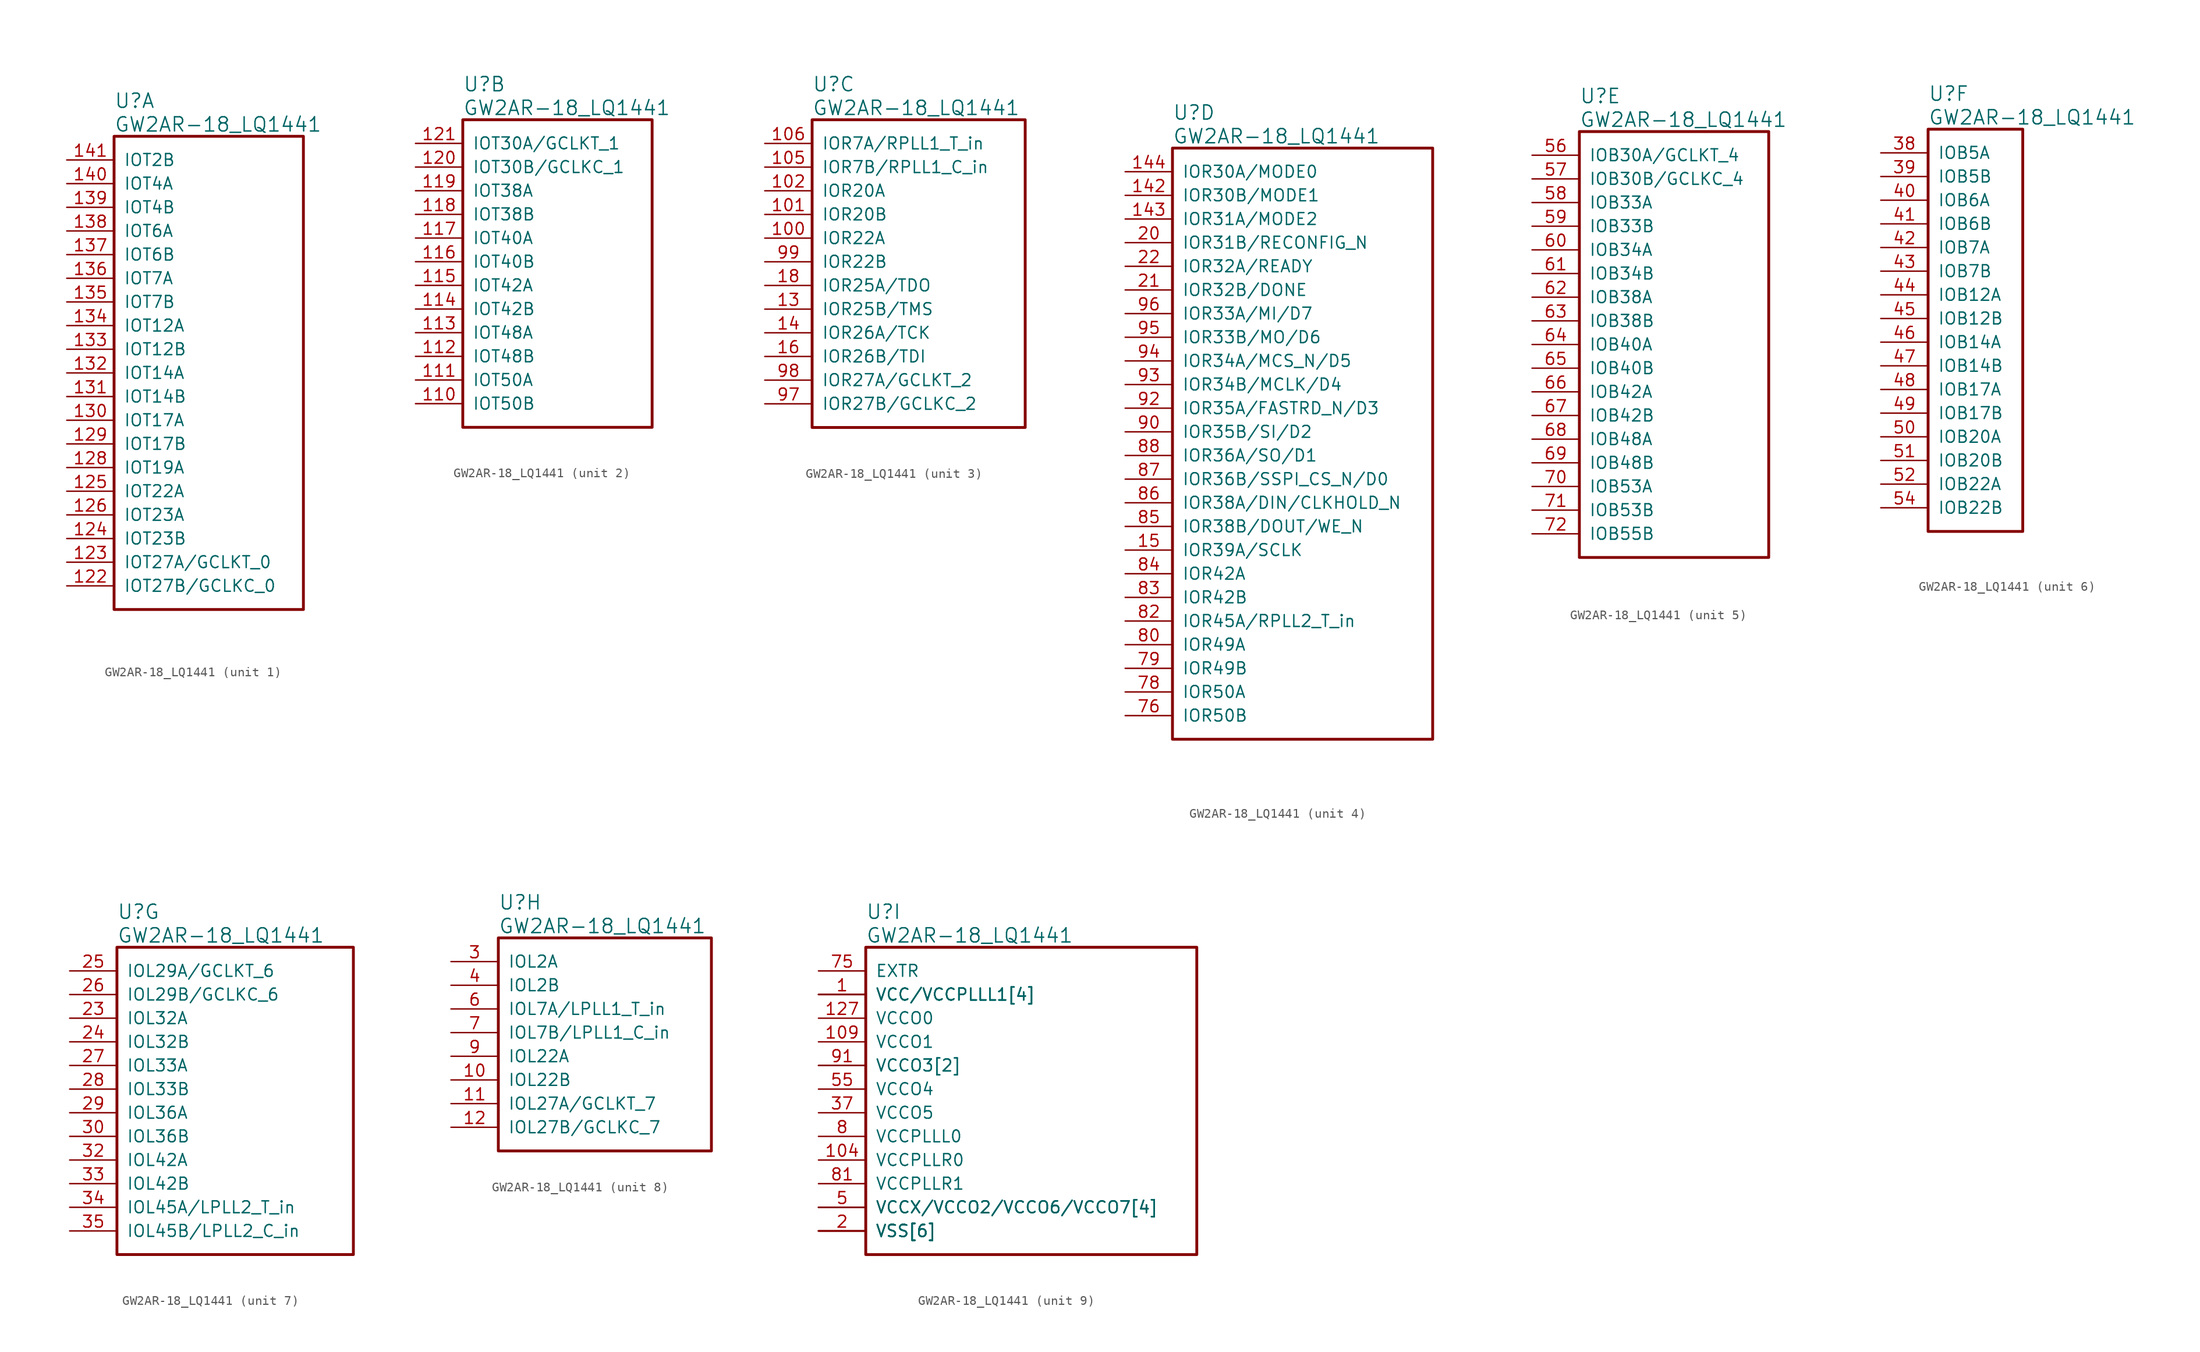
<source format=kicad_sym>
(kicad_symbol_lib
  (version 20241209)
  (generator "kicad_symbol_editor")
  (generator_version "9.0")
  (symbol "GW2AR-18_LQ1441"
    (pin_names
      (offset 1.016))
    (property "Reference" "U"
      (at 5.08 6.35 0)
      (effects (font (size 1.524 1.524)) (justify left)))
    (property "Value" "GW2AR-18_LQ1441"
      (at 5.08 3.81 0)
      (effects (font (size 1.524 1.524)) (justify left)))
    (property "ki_locked" ""
      (at 0 0 0)
      (effects (font (size 1.27 1.27))))
    (symbol "GW2AR-18_LQ1441_1_1"
      (rectangle (start 5.08 2.54) (end 25.4 -48.26) (stroke (width 0.305) (type solid)) (fill (type none)))
      (pin bidirectional line (at 0 0 0) (length 5.08) (name "IOT2B" (effects (font (size 1.27 1.27)))) (number "141" (effects (font (size 1.27 1.27)))))
      (pin bidirectional line (at 0 -2.54 0) (length 5.08) (name "IOT4A" (effects (font (size 1.27 1.27)))) (number "140" (effects (font (size 1.27 1.27)))))
      (pin bidirectional line (at 0 -5.08 0) (length 5.08) (name "IOT4B" (effects (font (size 1.27 1.27)))) (number "139" (effects (font (size 1.27 1.27)))))
      (pin bidirectional line (at 0 -7.62 0) (length 5.08) (name "IOT6A" (effects (font (size 1.27 1.27)))) (number "138" (effects (font (size 1.27 1.27)))))
      (pin bidirectional line (at 0 -10.16 0) (length 5.08) (name "IOT6B" (effects (font (size 1.27 1.27)))) (number "137" (effects (font (size 1.27 1.27)))))
      (pin bidirectional line (at 0 -12.7 0) (length 5.08) (name "IOT7A" (effects (font (size 1.27 1.27)))) (number "136" (effects (font (size 1.27 1.27)))))
      (pin bidirectional line (at 0 -15.24 0) (length 5.08) (name "IOT7B" (effects (font (size 1.27 1.27)))) (number "135" (effects (font (size 1.27 1.27)))))
      (pin bidirectional line (at 0 -17.78 0) (length 5.08) (name "IOT12A" (effects (font (size 1.27 1.27)))) (number "134" (effects (font (size 1.27 1.27)))))
      (pin bidirectional line (at 0 -20.32 0) (length 5.08) (name "IOT12B" (effects (font (size 1.27 1.27)))) (number "133" (effects (font (size 1.27 1.27)))))
      (pin bidirectional line (at 0 -22.86 0) (length 5.08) (name "IOT14A" (effects (font (size 1.27 1.27)))) (number "132" (effects (font (size 1.27 1.27)))))
      (pin bidirectional line (at 0 -25.4 0) (length 5.08) (name "IOT14B" (effects (font (size 1.27 1.27)))) (number "131" (effects (font (size 1.27 1.27)))))
      (pin bidirectional line (at 0 -27.94 0) (length 5.08) (name "IOT17A" (effects (font (size 1.27 1.27)))) (number "130" (effects (font (size 1.27 1.27)))))
      (pin bidirectional line (at 0 -30.48 0) (length 5.08) (name "IOT17B" (effects (font (size 1.27 1.27)))) (number "129" (effects (font (size 1.27 1.27)))))
      (pin bidirectional line (at 0 -33.02 0) (length 5.08) (name "IOT19A" (effects (font (size 1.27 1.27)))) (number "128" (effects (font (size 1.27 1.27)))))
      (pin bidirectional line (at 0 -35.56 0) (length 5.08) (name "IOT22A" (effects (font (size 1.27 1.27)))) (number "125" (effects (font (size 1.27 1.27)))))
      (pin bidirectional line (at 0 -38.1 0) (length 5.08) (name "IOT23A" (effects (font (size 1.27 1.27)))) (number "126" (effects (font (size 1.27 1.27)))))
      (pin bidirectional line (at 0 -40.64 0) (length 5.08) (name "IOT23B" (effects (font (size 1.27 1.27)))) (number "124" (effects (font (size 1.27 1.27)))))
      (pin bidirectional line (at 0 -43.18 0) (length 5.08) (name "IOT27A/GCLKT_0" (effects (font (size 1.27 1.27)))) (number "123" (effects (font (size 1.27 1.27)))))
      (pin bidirectional line (at 0 -45.72 0) (length 5.08) (name "IOT27B/GCLKC_0" (effects (font (size 1.27 1.27)))) (number "122" (effects (font (size 1.27 1.27))))))
    (symbol "GW2AR-18_LQ1441_2_1"
      (rectangle (start 5.08 2.54) (end 25.4 -30.48) (stroke (width 0.305) (type solid)) (fill (type none)))
      (pin bidirectional line (at 0 0 0) (length 5.08) (name "IOT30A/GCLKT_1" (effects (font (size 1.27 1.27)))) (number "121" (effects (font (size 1.27 1.27)))))
      (pin bidirectional line (at 0 -2.54 0) (length 5.08) (name "IOT30B/GCLKC_1" (effects (font (size 1.27 1.27)))) (number "120" (effects (font (size 1.27 1.27)))))
      (pin bidirectional line (at 0 -5.08 0) (length 5.08) (name "IOT38A" (effects (font (size 1.27 1.27)))) (number "119" (effects (font (size 1.27 1.27)))))
      (pin bidirectional line (at 0 -7.62 0) (length 5.08) (name "IOT38B" (effects (font (size 1.27 1.27)))) (number "118" (effects (font (size 1.27 1.27)))))
      (pin bidirectional line (at 0 -10.16 0) (length 5.08) (name "IOT40A" (effects (font (size 1.27 1.27)))) (number "117" (effects (font (size 1.27 1.27)))))
      (pin bidirectional line (at 0 -12.7 0) (length 5.08) (name "IOT40B" (effects (font (size 1.27 1.27)))) (number "116" (effects (font (size 1.27 1.27)))))
      (pin bidirectional line (at 0 -15.24 0) (length 5.08) (name "IOT42A" (effects (font (size 1.27 1.27)))) (number "115" (effects (font (size 1.27 1.27)))))
      (pin bidirectional line (at 0 -17.78 0) (length 5.08) (name "IOT42B" (effects (font (size 1.27 1.27)))) (number "114" (effects (font (size 1.27 1.27)))))
      (pin bidirectional line (at 0 -20.32 0) (length 5.08) (name "IOT48A" (effects (font (size 1.27 1.27)))) (number "113" (effects (font (size 1.27 1.27)))))
      (pin bidirectional line (at 0 -22.86 0) (length 5.08) (name "IOT48B" (effects (font (size 1.27 1.27)))) (number "112" (effects (font (size 1.27 1.27)))))
      (pin bidirectional line (at 0 -25.4 0) (length 5.08) (name "IOT50A" (effects (font (size 1.27 1.27)))) (number "111" (effects (font (size 1.27 1.27)))))
      (pin bidirectional line (at 0 -27.94 0) (length 5.08) (name "IOT50B" (effects (font (size 1.27 1.27)))) (number "110" (effects (font (size 1.27 1.27))))))
    (symbol "GW2AR-18_LQ1441_3_1"
      (rectangle (start 5.08 2.54) (end 27.94 -30.48) (stroke (width 0.305) (type solid)) (fill (type none)))
      (pin bidirectional line (at 0 0 0) (length 5.08) (name "IOR7A/RPLL1_T_in" (effects (font (size 1.27 1.27)))) (number "106" (effects (font (size 1.27 1.27)))))
      (pin bidirectional line (at 0 -2.54 0) (length 5.08) (name "IOR7B/RPLL1_C_in" (effects (font (size 1.27 1.27)))) (number "105" (effects (font (size 1.27 1.27)))))
      (pin bidirectional line (at 0 -5.08 0) (length 5.08) (name "IOR20A" (effects (font (size 1.27 1.27)))) (number "102" (effects (font (size 1.27 1.27)))))
      (pin bidirectional line (at 0 -7.62 0) (length 5.08) (name "IOR20B" (effects (font (size 1.27 1.27)))) (number "101" (effects (font (size 1.27 1.27)))))
      (pin bidirectional line (at 0 -10.16 0) (length 5.08) (name "IOR22A" (effects (font (size 1.27 1.27)))) (number "100" (effects (font (size 1.27 1.27)))))
      (pin bidirectional line (at 0 -12.7 0) (length 5.08) (name "IOR22B" (effects (font (size 1.27 1.27)))) (number "99" (effects (font (size 1.27 1.27)))))
      (pin bidirectional line (at 0 -15.24 0) (length 5.08) (name "IOR25A/TDO" (effects (font (size 1.27 1.27)))) (number "18" (effects (font (size 1.27 1.27)))))
      (pin bidirectional line (at 0 -17.78 0) (length 5.08) (name "IOR25B/TMS" (effects (font (size 1.27 1.27)))) (number "13" (effects (font (size 1.27 1.27)))))
      (pin bidirectional line (at 0 -20.32 0) (length 5.08) (name "IOR26A/TCK" (effects (font (size 1.27 1.27)))) (number "14" (effects (font (size 1.27 1.27)))))
      (pin bidirectional line (at 0 -22.86 0) (length 5.08) (name "IOR26B/TDI" (effects (font (size 1.27 1.27)))) (number "16" (effects (font (size 1.27 1.27)))))
      (pin bidirectional line (at 0 -25.4 0) (length 5.08) (name "IOR27A/GCLKT_2" (effects (font (size 1.27 1.27)))) (number "98" (effects (font (size 1.27 1.27)))))
      (pin bidirectional line (at 0 -27.94 0) (length 5.08) (name "IOR27B/GCLKC_2" (effects (font (size 1.27 1.27)))) (number "97" (effects (font (size 1.27 1.27))))))
    (symbol "GW2AR-18_LQ1441_4_1"
      (rectangle (start 5.08 2.54) (end 33.02 -60.96) (stroke (width 0.305) (type solid)) (fill (type none)))
      (pin bidirectional line (at 0 0 0) (length 5.08) (name "IOR30A/MODE0" (effects (font (size 1.27 1.27)))) (number "144" (effects (font (size 1.27 1.27)))))
      (pin bidirectional line (at 0 -2.54 0) (length 5.08) (name "IOR30B/MODE1" (effects (font (size 1.27 1.27)))) (number "142" (effects (font (size 1.27 1.27)))))
      (pin bidirectional line (at 0 -5.08 0) (length 5.08) (name "IOR31A/MODE2" (effects (font (size 1.27 1.27)))) (number "143" (effects (font (size 1.27 1.27)))))
      (pin bidirectional line (at 0 -7.62 0) (length 5.08) (name "IOR31B/RECONFIG_N" (effects (font (size 1.27 1.27)))) (number "20" (effects (font (size 1.27 1.27)))))
      (pin bidirectional line (at 0 -10.16 0) (length 5.08) (name "IOR32A/READY" (effects (font (size 1.27 1.27)))) (number "22" (effects (font (size 1.27 1.27)))))
      (pin bidirectional line (at 0 -12.7 0) (length 5.08) (name "IOR32B/DONE" (effects (font (size 1.27 1.27)))) (number "21" (effects (font (size 1.27 1.27)))))
      (pin bidirectional line (at 0 -15.24 0) (length 5.08) (name "IOR33A/MI/D7" (effects (font (size 1.27 1.27)))) (number "96" (effects (font (size 1.27 1.27)))))
      (pin bidirectional line (at 0 -17.78 0) (length 5.08) (name "IOR33B/MO/D6" (effects (font (size 1.27 1.27)))) (number "95" (effects (font (size 1.27 1.27)))))
      (pin bidirectional line (at 0 -20.32 0) (length 5.08) (name "IOR34A/MCS_N/D5" (effects (font (size 1.27 1.27)))) (number "94" (effects (font (size 1.27 1.27)))))
      (pin bidirectional line (at 0 -22.86 0) (length 5.08) (name "IOR34B/MCLK/D4" (effects (font (size 1.27 1.27)))) (number "93" (effects (font (size 1.27 1.27)))))
      (pin bidirectional line (at 0 -25.4 0) (length 5.08) (name "IOR35A/FASTRD_N/D3" (effects (font (size 1.27 1.27)))) (number "92" (effects (font (size 1.27 1.27)))))
      (pin bidirectional line (at 0 -27.94 0) (length 5.08) (name "IOR35B/SI/D2" (effects (font (size 1.27 1.27)))) (number "90" (effects (font (size 1.27 1.27)))))
      (pin bidirectional line (at 0 -30.48 0) (length 5.08) (name "IOR36A/SO/D1" (effects (font (size 1.27 1.27)))) (number "88" (effects (font (size 1.27 1.27)))))
      (pin bidirectional line (at 0 -33.02 0) (length 5.08) (name "IOR36B/SSPI_CS_N/D0" (effects (font (size 1.27 1.27)))) (number "87" (effects (font (size 1.27 1.27)))))
      (pin bidirectional line (at 0 -35.56 0) (length 5.08) (name "IOR38A/DIN/CLKHOLD_N" (effects (font (size 1.27 1.27)))) (number "86" (effects (font (size 1.27 1.27)))))
      (pin bidirectional line (at 0 -38.1 0) (length 5.08) (name "IOR38B/DOUT/WE_N" (effects (font (size 1.27 1.27)))) (number "85" (effects (font (size 1.27 1.27)))))
      (pin bidirectional line (at 0 -40.64 0) (length 5.08) (name "IOR39A/SCLK" (effects (font (size 1.27 1.27)))) (number "15" (effects (font (size 1.27 1.27)))))
      (pin bidirectional line (at 0 -43.18 0) (length 5.08) (name "IOR42A" (effects (font (size 1.27 1.27)))) (number "84" (effects (font (size 1.27 1.27)))))
      (pin bidirectional line (at 0 -45.72 0) (length 5.08) (name "IOR42B" (effects (font (size 1.27 1.27)))) (number "83" (effects (font (size 1.27 1.27)))))
      (pin bidirectional line (at 0 -48.26 0) (length 5.08) (name "IOR45A/RPLL2_T_in" (effects (font (size 1.27 1.27)))) (number "82" (effects (font (size 1.27 1.27)))))
      (pin bidirectional line (at 0 -50.8 0) (length 5.08) (name "IOR49A" (effects (font (size 1.27 1.27)))) (number "80" (effects (font (size 1.27 1.27)))))
      (pin bidirectional line (at 0 -53.34 0) (length 5.08) (name "IOR49B" (effects (font (size 1.27 1.27)))) (number "79" (effects (font (size 1.27 1.27)))))
      (pin bidirectional line (at 0 -55.88 0) (length 5.08) (name "IOR50A" (effects (font (size 1.27 1.27)))) (number "78" (effects (font (size 1.27 1.27)))))
      (pin bidirectional line (at 0 -58.42 0) (length 5.08) (name "IOR50B" (effects (font (size 1.27 1.27)))) (number "76" (effects (font (size 1.27 1.27))))))
    (symbol "GW2AR-18_LQ1441_5_1"
      (rectangle (start 5.08 2.54) (end 25.4 -43.18) (stroke (width 0.305) (type solid)) (fill (type none)))
      (pin bidirectional line (at 0 0 0) (length 5.08) (name "IOB30A/GCLKT_4" (effects (font (size 1.27 1.27)))) (number "56" (effects (font (size 1.27 1.27)))))
      (pin bidirectional line (at 0 -2.54 0) (length 5.08) (name "IOB30B/GCLKC_4" (effects (font (size 1.27 1.27)))) (number "57" (effects (font (size 1.27 1.27)))))
      (pin bidirectional line (at 0 -5.08 0) (length 5.08) (name "IOB33A" (effects (font (size 1.27 1.27)))) (number "58" (effects (font (size 1.27 1.27)))))
      (pin bidirectional line (at 0 -7.62 0) (length 5.08) (name "IOB33B" (effects (font (size 1.27 1.27)))) (number "59" (effects (font (size 1.27 1.27)))))
      (pin bidirectional line (at 0 -10.16 0) (length 5.08) (name "IOB34A" (effects (font (size 1.27 1.27)))) (number "60" (effects (font (size 1.27 1.27)))))
      (pin bidirectional line (at 0 -12.7 0) (length 5.08) (name "IOB34B" (effects (font (size 1.27 1.27)))) (number "61" (effects (font (size 1.27 1.27)))))
      (pin bidirectional line (at 0 -15.24 0) (length 5.08) (name "IOB38A" (effects (font (size 1.27 1.27)))) (number "62" (effects (font (size 1.27 1.27)))))
      (pin bidirectional line (at 0 -17.78 0) (length 5.08) (name "IOB38B" (effects (font (size 1.27 1.27)))) (number "63" (effects (font (size 1.27 1.27)))))
      (pin bidirectional line (at 0 -20.32 0) (length 5.08) (name "IOB40A" (effects (font (size 1.27 1.27)))) (number "64" (effects (font (size 1.27 1.27)))))
      (pin bidirectional line (at 0 -22.86 0) (length 5.08) (name "IOB40B" (effects (font (size 1.27 1.27)))) (number "65" (effects (font (size 1.27 1.27)))))
      (pin bidirectional line (at 0 -25.4 0) (length 5.08) (name "IOB42A" (effects (font (size 1.27 1.27)))) (number "66" (effects (font (size 1.27 1.27)))))
      (pin bidirectional line (at 0 -27.94 0) (length 5.08) (name "IOB42B" (effects (font (size 1.27 1.27)))) (number "67" (effects (font (size 1.27 1.27)))))
      (pin bidirectional line (at 0 -30.48 0) (length 5.08) (name "IOB48A" (effects (font (size 1.27 1.27)))) (number "68" (effects (font (size 1.27 1.27)))))
      (pin bidirectional line (at 0 -33.02 0) (length 5.08) (name "IOB48B" (effects (font (size 1.27 1.27)))) (number "69" (effects (font (size 1.27 1.27)))))
      (pin bidirectional line (at 0 -35.56 0) (length 5.08) (name "IOB53A" (effects (font (size 1.27 1.27)))) (number "70" (effects (font (size 1.27 1.27)))))
      (pin bidirectional line (at 0 -38.1 0) (length 5.08) (name "IOB53B" (effects (font (size 1.27 1.27)))) (number "71" (effects (font (size 1.27 1.27)))))
      (pin bidirectional line (at 0 -40.64 0) (length 5.08) (name "IOB55B" (effects (font (size 1.27 1.27)))) (number "72" (effects (font (size 1.27 1.27))))))
    (symbol "GW2AR-18_LQ1441_6_1"
      (rectangle (start 5.08 2.54) (end 15.24 -40.64) (stroke (width 0.305) (type solid)) (fill (type none)))
      (pin bidirectional line (at 0 0 0) (length 5.08) (name "IOB5A" (effects (font (size 1.27 1.27)))) (number "38" (effects (font (size 1.27 1.27)))))
      (pin bidirectional line (at 0 -2.54 0) (length 5.08) (name "IOB5B" (effects (font (size 1.27 1.27)))) (number "39" (effects (font (size 1.27 1.27)))))
      (pin bidirectional line (at 0 -5.08 0) (length 5.08) (name "IOB6A" (effects (font (size 1.27 1.27)))) (number "40" (effects (font (size 1.27 1.27)))))
      (pin bidirectional line (at 0 -7.62 0) (length 5.08) (name "IOB6B" (effects (font (size 1.27 1.27)))) (number "41" (effects (font (size 1.27 1.27)))))
      (pin bidirectional line (at 0 -10.16 0) (length 5.08) (name "IOB7A" (effects (font (size 1.27 1.27)))) (number "42" (effects (font (size 1.27 1.27)))))
      (pin bidirectional line (at 0 -12.7 0) (length 5.08) (name "IOB7B" (effects (font (size 1.27 1.27)))) (number "43" (effects (font (size 1.27 1.27)))))
      (pin bidirectional line (at 0 -15.24 0) (length 5.08) (name "IOB12A" (effects (font (size 1.27 1.27)))) (number "44" (effects (font (size 1.27 1.27)))))
      (pin bidirectional line (at 0 -17.78 0) (length 5.08) (name "IOB12B" (effects (font (size 1.27 1.27)))) (number "45" (effects (font (size 1.27 1.27)))))
      (pin bidirectional line (at 0 -20.32 0) (length 5.08) (name "IOB14A" (effects (font (size 1.27 1.27)))) (number "46" (effects (font (size 1.27 1.27)))))
      (pin bidirectional line (at 0 -22.86 0) (length 5.08) (name "IOB14B" (effects (font (size 1.27 1.27)))) (number "47" (effects (font (size 1.27 1.27)))))
      (pin bidirectional line (at 0 -25.4 0) (length 5.08) (name "IOB17A" (effects (font (size 1.27 1.27)))) (number "48" (effects (font (size 1.27 1.27)))))
      (pin bidirectional line (at 0 -27.94 0) (length 5.08) (name "IOB17B" (effects (font (size 1.27 1.27)))) (number "49" (effects (font (size 1.27 1.27)))))
      (pin bidirectional line (at 0 -30.48 0) (length 5.08) (name "IOB20A" (effects (font (size 1.27 1.27)))) (number "50" (effects (font (size 1.27 1.27)))))
      (pin bidirectional line (at 0 -33.02 0) (length 5.08) (name "IOB20B" (effects (font (size 1.27 1.27)))) (number "51" (effects (font (size 1.27 1.27)))))
      (pin bidirectional line (at 0 -35.56 0) (length 5.08) (name "IOB22A" (effects (font (size 1.27 1.27)))) (number "52" (effects (font (size 1.27 1.27)))))
      (pin bidirectional line (at 0 -38.1 0) (length 5.08) (name "IOB22B" (effects (font (size 1.27 1.27)))) (number "54" (effects (font (size 1.27 1.27))))))
    (symbol "GW2AR-18_LQ1441_7_1"
      (rectangle (start 5.08 2.54) (end 30.48 -30.48) (stroke (width 0.305) (type solid)) (fill (type none)))
      (pin bidirectional line (at 0 0 0) (length 5.08) (name "IOL29A/GCLKT_6" (effects (font (size 1.27 1.27)))) (number "25" (effects (font (size 1.27 1.27)))))
      (pin bidirectional line (at 0 -2.54 0) (length 5.08) (name "IOL29B/GCLKC_6" (effects (font (size 1.27 1.27)))) (number "26" (effects (font (size 1.27 1.27)))))
      (pin bidirectional line (at 0 -5.08 0) (length 5.08) (name "IOL32A" (effects (font (size 1.27 1.27)))) (number "23" (effects (font (size 1.27 1.27)))))
      (pin bidirectional line (at 0 -7.62 0) (length 5.08) (name "IOL32B" (effects (font (size 1.27 1.27)))) (number "24" (effects (font (size 1.27 1.27)))))
      (pin bidirectional line (at 0 -10.16 0) (length 5.08) (name "IOL33A" (effects (font (size 1.27 1.27)))) (number "27" (effects (font (size 1.27 1.27)))))
      (pin bidirectional line (at 0 -12.7 0) (length 5.08) (name "IOL33B" (effects (font (size 1.27 1.27)))) (number "28" (effects (font (size 1.27 1.27)))))
      (pin bidirectional line (at 0 -15.24 0) (length 5.08) (name "IOL36A" (effects (font (size 1.27 1.27)))) (number "29" (effects (font (size 1.27 1.27)))))
      (pin bidirectional line (at 0 -17.78 0) (length 5.08) (name "IOL36B" (effects (font (size 1.27 1.27)))) (number "30" (effects (font (size 1.27 1.27)))))
      (pin bidirectional line (at 0 -20.32 0) (length 5.08) (name "IOL42A" (effects (font (size 1.27 1.27)))) (number "32" (effects (font (size 1.27 1.27)))))
      (pin bidirectional line (at 0 -22.86 0) (length 5.08) (name "IOL42B" (effects (font (size 1.27 1.27)))) (number "33" (effects (font (size 1.27 1.27)))))
      (pin bidirectional line (at 0 -25.4 0) (length 5.08) (name "IOL45A/LPLL2_T_in" (effects (font (size 1.27 1.27)))) (number "34" (effects (font (size 1.27 1.27)))))
      (pin bidirectional line (at 0 -27.94 0) (length 5.08) (name "IOL45B/LPLL2_C_in" (effects (font (size 1.27 1.27)))) (number "35" (effects (font (size 1.27 1.27))))))
    (symbol "GW2AR-18_LQ1441_8_1"
      (rectangle (start 5.08 2.54) (end 27.94 -20.32) (stroke (width 0.305) (type solid)) (fill (type none)))
      (pin bidirectional line (at 0 0 0) (length 5.08) (name "IOL2A" (effects (font (size 1.27 1.27)))) (number "3" (effects (font (size 1.27 1.27)))))
      (pin bidirectional line (at 0 -2.54 0) (length 5.08) (name "IOL2B" (effects (font (size 1.27 1.27)))) (number "4" (effects (font (size 1.27 1.27)))))
      (pin bidirectional line (at 0 -5.08 0) (length 5.08) (name "IOL7A/LPLL1_T_in" (effects (font (size 1.27 1.27)))) (number "6" (effects (font (size 1.27 1.27)))))
      (pin bidirectional line (at 0 -7.62 0) (length 5.08) (name "IOL7B/LPLL1_C_in" (effects (font (size 1.27 1.27)))) (number "7" (effects (font (size 1.27 1.27)))))
      (pin bidirectional line (at 0 -10.16 0) (length 5.08) (name "IOL22A" (effects (font (size 1.27 1.27)))) (number "9" (effects (font (size 1.27 1.27)))))
      (pin bidirectional line (at 0 -12.7 0) (length 5.08) (name "IOL22B" (effects (font (size 1.27 1.27)))) (number "10" (effects (font (size 1.27 1.27)))))
      (pin bidirectional line (at 0 -15.24 0) (length 5.08) (name "IOL27A/GCLKT_7" (effects (font (size 1.27 1.27)))) (number "11" (effects (font (size 1.27 1.27)))))
      (pin bidirectional line (at 0 -17.78 0) (length 5.08) (name "IOL27B/GCLKC_7" (effects (font (size 1.27 1.27)))) (number "12" (effects (font (size 1.27 1.27))))))
    (symbol "GW2AR-18_LQ1441_9_1"
      (rectangle (start 5.08 2.54) (end 40.64 -30.48) (stroke (width 0.305) (type solid)) (fill (type none)))
      (pin power_in line (at 0 0 0) (length 5.08) (name "EXTR" (effects (font (size 1.27 1.27)))) (number "75" (effects (font (size 1.27 1.27)))))
      (pin power_in line (at 0 -2.54 0) (length 5.08) (name "VCC/VCCPLLL1[4]" (effects (font (size 1.27 1.27)))) (number "1" (effects (font (size 1.27 1.27)))))
      (pin power_in line (at 0 -2.54 0) (length 5.08) (name "VCC/VCCPLLL1[4]" (effects (font (size 1.27 1.27)))) (number "108" (effects (font (size 0 0)))))
      (pin power_in line (at 0 -2.54 0) (length 5.08) (name "VCC/VCCPLLL1[4]" (effects (font (size 1.27 1.27)))) (number "36" (effects (font (size 0 0)))))
      (pin power_in line (at 0 -2.54 0) (length 5.08) (name "VCC/VCCPLLL1[4]" (effects (font (size 1.27 1.27)))) (number "73" (effects (font (size 0 0)))))
      (pin power_in line (at 0 -5.08 0) (length 5.08) (name "VCCO0" (effects (font (size 1.27 1.27)))) (number "127" (effects (font (size 1.27 1.27)))))
      (pin power_in line (at 0 -7.62 0) (length 5.08) (name "VCCO1" (effects (font (size 1.27 1.27)))) (number "109" (effects (font (size 1.27 1.27)))))
      (pin power_in line (at 0 -10.16 0) (length 5.08) (name "VCCO3[2]" (effects (font (size 1.27 1.27)))) (number "77" (effects (font (size 0 0)))))
      (pin power_in line (at 0 -10.16 0) (length 5.08) (name "VCCO3[2]" (effects (font (size 1.27 1.27)))) (number "91" (effects (font (size 1.27 1.27)))))
      (pin power_in line (at 0 -12.7 0) (length 5.08) (name "VCCO4" (effects (font (size 1.27 1.27)))) (number "55" (effects (font (size 1.27 1.27)))))
      (pin power_in line (at 0 -15.24 0) (length 5.08) (name "VCCO5" (effects (font (size 1.27 1.27)))) (number "37" (effects (font (size 1.27 1.27)))))
      (pin power_in line (at 0 -17.78 0) (length 5.08) (name "VCCPLLL0" (effects (font (size 1.27 1.27)))) (number "8" (effects (font (size 1.27 1.27)))))
      (pin power_in line (at 0 -20.32 0) (length 5.08) (name "VCCPLLR0" (effects (font (size 1.27 1.27)))) (number "104" (effects (font (size 1.27 1.27)))))
      (pin power_in line (at 0 -22.86 0) (length 5.08) (name "VCCPLLR1" (effects (font (size 1.27 1.27)))) (number "81" (effects (font (size 1.27 1.27)))))
      (pin power_in line (at 0 -25.4 0) (length 5.08) (name "VCCX/VCCO2/VCCO6/VCCO7[4]" (effects (font (size 1.27 1.27)))) (number "103" (effects (font (size 0 0)))))
      (pin power_in line (at 0 -25.4 0) (length 5.08) (name "VCCX/VCCO2/VCCO6/VCCO7[4]" (effects (font (size 1.27 1.27)))) (number "19" (effects (font (size 0 0)))))
      (pin power_in line (at 0 -25.4 0) (length 5.08) (name "VCCX/VCCO2/VCCO6/VCCO7[4]" (effects (font (size 1.27 1.27)))) (number "31" (effects (font (size 0 0)))))
      (pin power_in line (at 0 -25.4 0) (length 5.08) (name "VCCX/VCCO2/VCCO6/VCCO7[4]" (effects (font (size 1.27 1.27)))) (number "5" (effects (font (size 1.27 1.27)))))
      (pin power_in line (at 0 -27.94 0) (length 5.08) (name "VSS[6]" (effects (font (size 1.27 1.27)))) (number "107" (effects (font (size 0 0)))))
      (pin power_in line (at 0 -27.94 0) (length 5.08) (name "VSS[6]" (effects (font (size 1.27 1.27)))) (number "17" (effects (font (size 0 0)))))
      (pin power_in line (at 0 -27.94 0) (length 5.08) (name "VSS[6]" (effects (font (size 1.27 1.27)))) (number "2" (effects (font (size 1.27 1.27)))))
      (pin power_in line (at 0 -27.94 0) (length 5.08) (name "VSS[6]" (effects (font (size 1.27 1.27)))) (number "53" (effects (font (size 0 0)))))
      (pin power_in line (at 0 -27.94 0) (length 5.08) (name "VSS[6]" (effects (font (size 1.27 1.27)))) (number "74" (effects (font (size 0 0)))))
      (pin power_in line (at 0 -27.94 0) (length 5.08) (name "VSS[6]" (effects (font (size 1.27 1.27)))) (number "89" (effects (font (size 0 0))))))))
</source>
